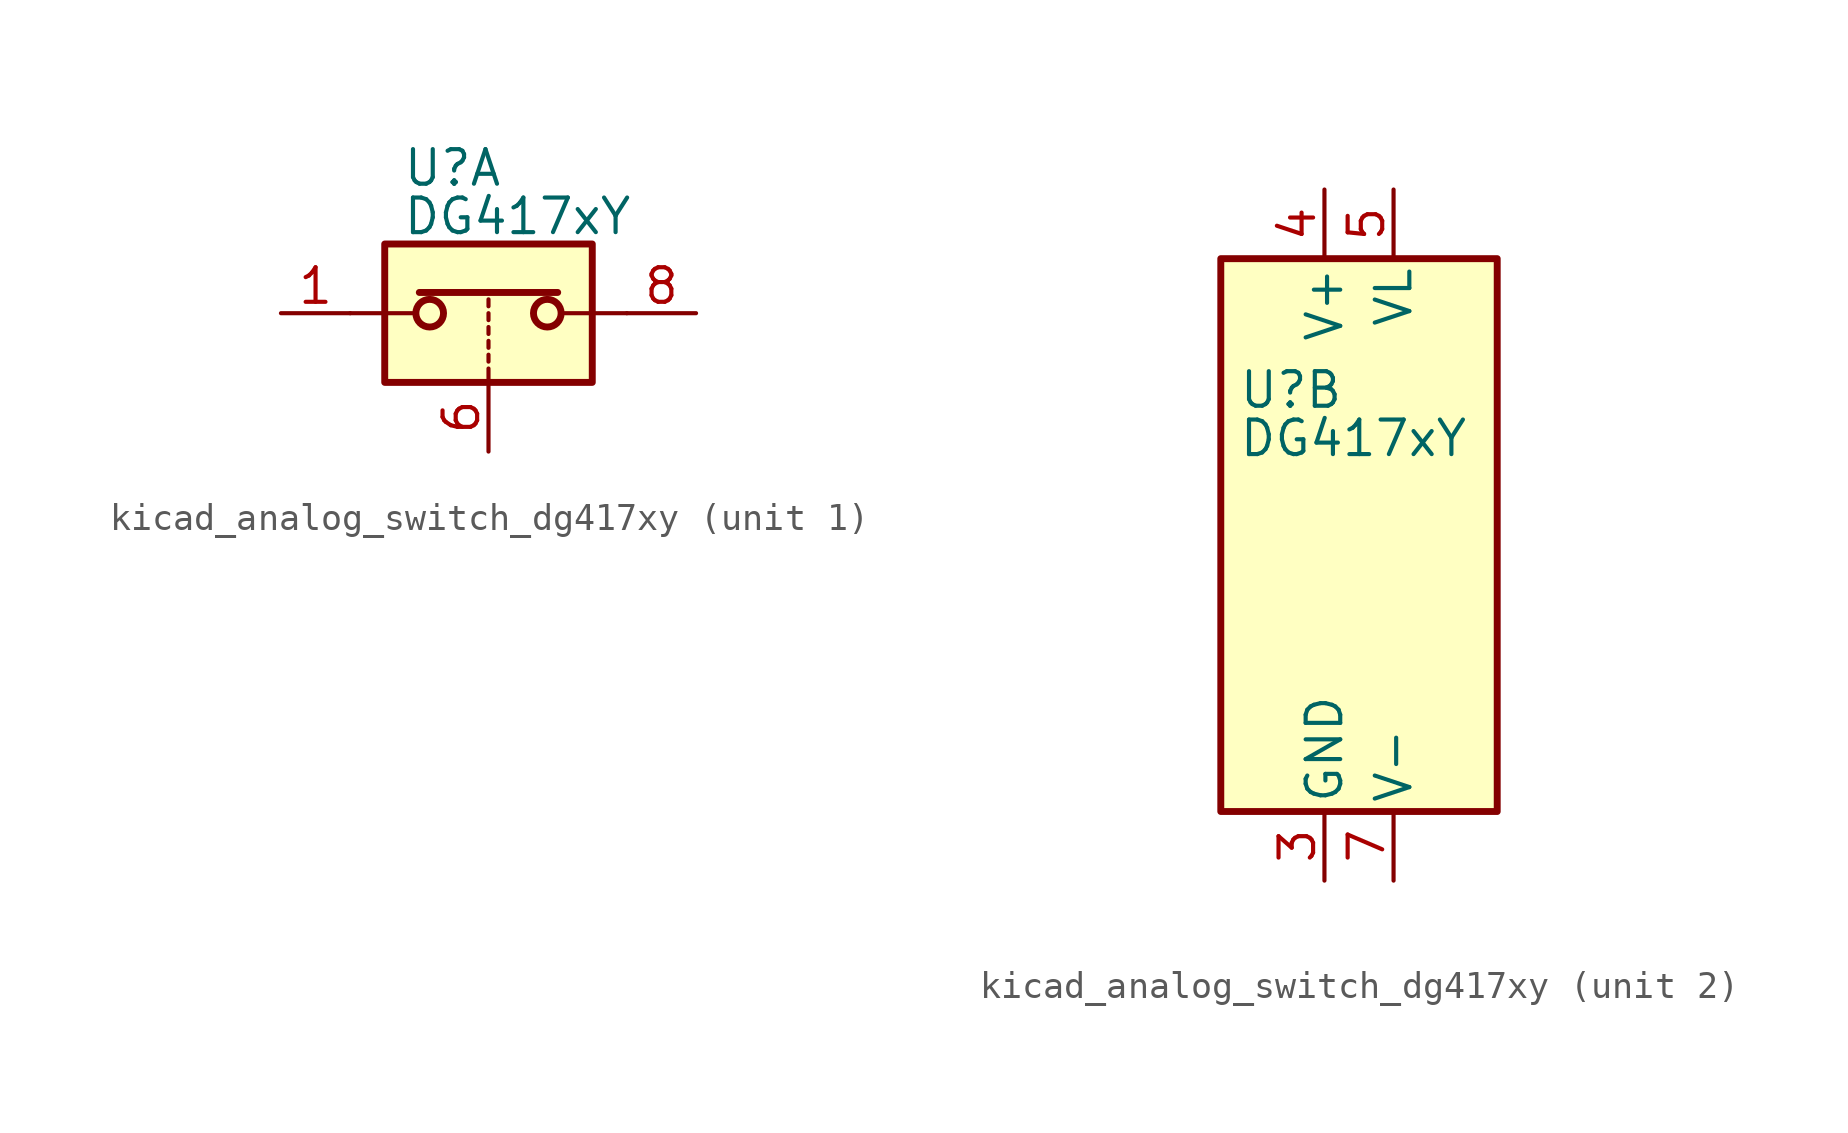
<source format=kicad_sym>
(kicad_symbol_lib
  (version 20220914)
  (generator kicad_symbol_editor)
  (symbol "kicad_analog_switch_dg417xy"
    (pin_names
      (offset 0.254))
    (property "Reference" "U"
      (at -3.175 5.334 0)
      (effects (font (size 1.27 1.27)) (justify left)))
    (property "Value" "DG417xY"
      (at -3.175 3.556 0)
      (effects (font (size 1.27 1.27)) (justify left)))
    (symbol "kicad_analog_switch_dg417xy_1_1"
      (rectangle (start -3.81 2.54) (end 3.81 -2.54) (stroke (width 0.254) (type default)) (fill (type background)))
      (circle (center -2.159 0) (radius 0.508) (stroke (width 0.254) (type default)) (fill (type none)))
      (polyline (pts (xy -5.08 0) (xy -2.794 0)) (stroke (width 0) (type default)) (fill (type none)))
      (polyline (pts (xy -2.54 0.762) (xy 2.54 0.762)) (stroke (width 0.254) (type default)) (fill (type none)))
      (polyline (pts (xy 0 -2.54) (xy 0 -2.032)) (stroke (width 0) (type default)) (fill (type none)))
      (polyline (pts (xy 0 -1.778) (xy 0 -1.524)) (stroke (width 0) (type default)) (fill (type none)))
      (polyline (pts (xy 0 -1.27) (xy 0 -1.016)) (stroke (width 0) (type default)) (fill (type none)))
      (polyline (pts (xy 0 -0.762) (xy 0 -0.508)) (stroke (width 0) (type default)) (fill (type none)))
      (polyline (pts (xy 0 -0.254) (xy 0 0)) (stroke (width 0) (type default)) (fill (type none)))
      (polyline (pts (xy 0 0.254) (xy 0 0.508)) (stroke (width 0) (type default)) (fill (type none)))
      (polyline (pts (xy 5.08 0) (xy 2.794 0)) (stroke (width 0) (type default)) (fill (type none)))
      (circle (center 2.159 0) (radius 0.508) (stroke (width 0.254) (type default)) (fill (type none)))
      (pin passive line (at -7.62 0 0) (length 2.54) (name "~" (effects (font (size 1.27 1.27)))) (number "1" (effects (font (size 1.27 1.27)))))
      (pin input line (at 0 -5.08 90) (length 2.54) (name "~" (effects (font (size 1.27 1.27)))) (number "6" (effects (font (size 1.27 1.27)))))
      (pin passive line (at 7.62 0 180) (length 2.54) (name "~" (effects (font (size 1.27 1.27)))) (number "8" (effects (font (size 1.27 1.27))))))
    (symbol "kicad_analog_switch_dg417xy_2_0"
      (pin no_connect line (at -2.54 10.16 270) (length 2.54) hide (name "NC" (effects (font (size 1.27 1.27)))) (number "2" (effects (font (size 1.27 1.27)))))
      (pin power_in line (at 0 -12.7 90) (length 2.54) (name "GND" (effects (font (size 1.27 1.27)))) (number "3" (effects (font (size 1.27 1.27)))))
      (pin power_in line (at 0 12.7 270) (length 2.54) (name "V+" (effects (font (size 1.27 1.27)))) (number "4" (effects (font (size 1.27 1.27)))))
      (pin power_in line (at 2.54 12.7 270) (length 2.54) (name "VL" (effects (font (size 1.27 1.27)))) (number "5" (effects (font (size 1.27 1.27)))))
      (pin power_in line (at 2.54 -12.7 90) (length 2.54) (name "V-" (effects (font (size 1.27 1.27)))) (number "7" (effects (font (size 1.27 1.27))))))
    (symbol "kicad_analog_switch_dg417xy_2_1"
      (rectangle (start -3.81 10.16) (end 6.35 -10.16) (stroke (width 0.254) (type default)) (fill (type background))))))
</source>
